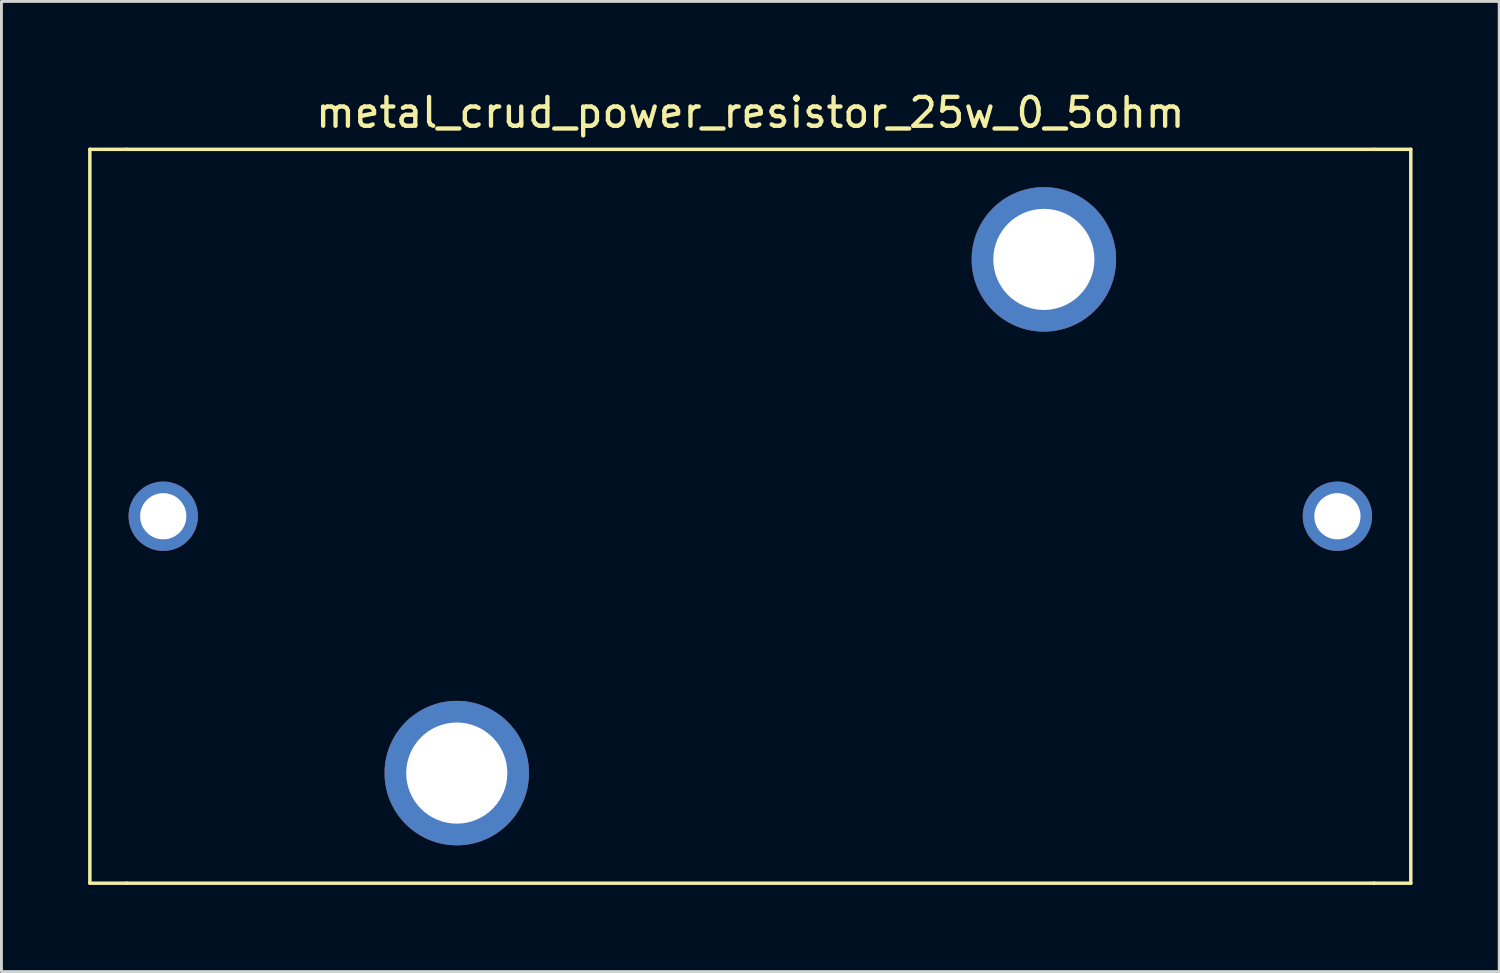
<source format=kicad_pcb>
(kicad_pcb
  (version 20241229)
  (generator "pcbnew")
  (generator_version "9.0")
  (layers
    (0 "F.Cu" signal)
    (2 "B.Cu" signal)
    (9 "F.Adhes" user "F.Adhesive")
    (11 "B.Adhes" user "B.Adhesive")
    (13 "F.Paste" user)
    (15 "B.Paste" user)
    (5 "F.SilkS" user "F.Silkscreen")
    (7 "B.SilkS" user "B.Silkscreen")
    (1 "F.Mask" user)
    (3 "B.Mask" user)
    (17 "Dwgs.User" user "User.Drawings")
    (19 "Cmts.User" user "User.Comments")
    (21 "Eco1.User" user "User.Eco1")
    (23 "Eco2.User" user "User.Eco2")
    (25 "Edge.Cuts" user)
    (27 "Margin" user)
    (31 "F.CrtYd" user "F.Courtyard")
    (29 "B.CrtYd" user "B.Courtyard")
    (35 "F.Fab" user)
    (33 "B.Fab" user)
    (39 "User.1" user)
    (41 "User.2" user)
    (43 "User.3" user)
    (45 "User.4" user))
  (footprint "metal_crud_power_resistor_25w_0_5ohm"
    (layer "F.Cu")
    (at 22.92 14.818)
    (property "Reference" "metal_crud_power_resistor_25w_0_5ohm" (at 0 -13.97 0) (layer "F.SilkS") (effects (font (size 1 1) (thickness 0.15))))
    (attr through_hole)
    (fp_line (start -22.86 -12.7) (end -22.86 12.7) (stroke (width 0.12) (type solid)) (layer "F.SilkS"))
    (fp_line (start -22.86 12.7) (end -21.59 12.7) (stroke (width 0.12) (type solid)) (layer "F.SilkS"))
    (fp_line (start -21.59 -12.7) (end -22.86 -12.7) (stroke (width 0.12) (type solid)) (layer "F.SilkS"))
    (fp_line (start -21.59 12.7) (end 21.59 12.7) (stroke (width 0.12) (type solid)) (layer "F.SilkS"))
    (fp_line (start 21.59 -12.7) (end -21.59 -12.7) (stroke (width 0.12) (type solid)) (layer "F.SilkS"))
    (fp_line (start 21.59 -12.7) (end 22.86 -12.7) (stroke (width 0.12) (type solid)) (layer "F.SilkS"))
    (fp_line (start 22.86 -12.7) (end 22.86 12.7) (stroke (width 0.12) (type solid)) (layer "F.SilkS"))
    (fp_line (start 22.86 12.7) (end 21.59 12.7) (stroke (width 0.12) (type solid)) (layer "F.SilkS"))
    (pad "1" thru_hole circle (at -20.32 0) (size 2.4 2.4) (drill 1.6) (layers "*.Cu" "*.Mask"))
    (pad "2" thru_hole circle (at 20.32 0) (size 2.4 2.4) (drill 1.6) (layers "*.Cu" "*.Mask"))
    (pad "3" thru_hole circle (at 10.16 -8.89) (size 5 5) (drill 3.5) (layers "*.Cu" "*.Mask"))
    (pad "4" thru_hole circle (at -10.16 8.89) (size 5 5) (drill 3.5) (layers "*.Cu" "*.Mask")))
  (gr_rect
    (start -3 -3)
    (end 48.84 30.578)
    (stroke (width 0.1) (type default))
    (fill no)
    (layer "Edge.Cuts")))
</source>
